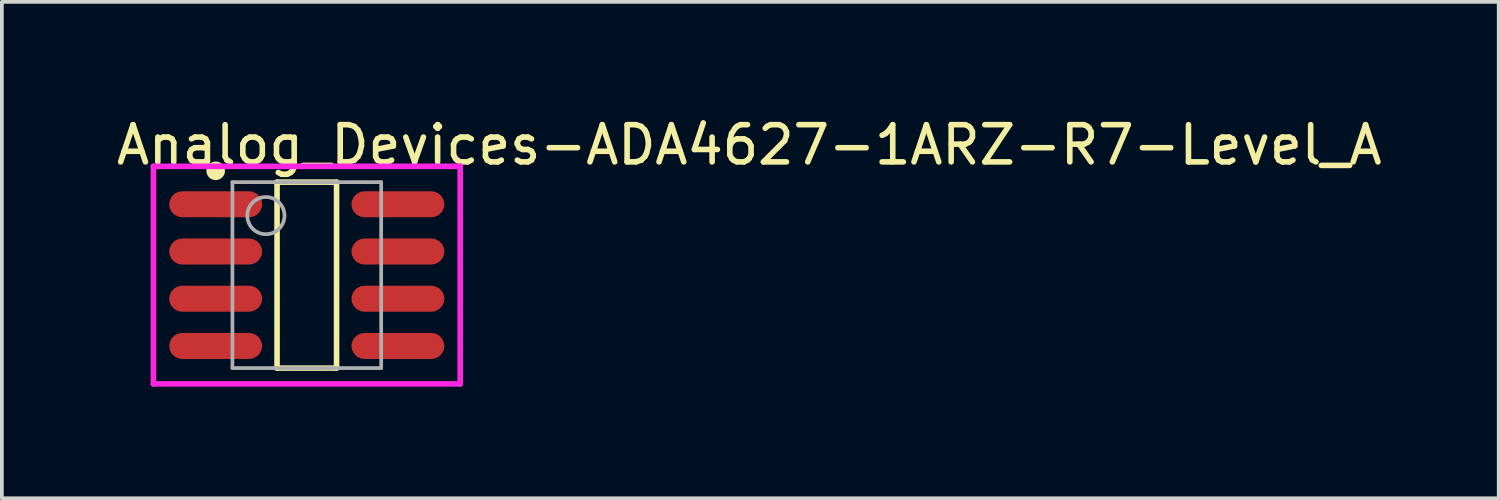
<source format=kicad_pcb>
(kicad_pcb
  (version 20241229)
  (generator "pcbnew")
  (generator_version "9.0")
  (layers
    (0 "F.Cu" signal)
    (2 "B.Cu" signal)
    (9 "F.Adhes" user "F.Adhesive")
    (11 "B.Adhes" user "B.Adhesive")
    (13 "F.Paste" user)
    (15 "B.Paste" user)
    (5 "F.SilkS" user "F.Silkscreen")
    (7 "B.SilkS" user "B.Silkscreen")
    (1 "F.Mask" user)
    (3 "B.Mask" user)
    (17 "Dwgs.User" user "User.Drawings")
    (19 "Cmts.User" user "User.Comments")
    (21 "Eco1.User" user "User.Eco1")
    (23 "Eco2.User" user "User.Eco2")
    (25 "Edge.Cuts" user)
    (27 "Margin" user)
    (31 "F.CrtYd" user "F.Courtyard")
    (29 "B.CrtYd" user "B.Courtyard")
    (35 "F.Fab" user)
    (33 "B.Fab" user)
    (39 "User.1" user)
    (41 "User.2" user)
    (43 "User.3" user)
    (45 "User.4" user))
  (footprint "Analog_Devices-ADA4627-1ARZ-R7-Level_A"
    (layer "F.Cu")
    (at 5.2 4.348)
    (property "Reference" "Analog_Devices-ADA4627-1ARZ-R7-Level_A" (at -5.2 -3.5 0) (layer "F.SilkS") (effects (font (size 1 1) (thickness 0.15)) (justify left)))
    (attr through_hole)
    (fp_line (start -0.8 -2.5) (end 0.8 -2.5) (stroke (width 0.15) (type solid)) (layer "F.SilkS"))
    (fp_line (start -0.8 2.5) (end -0.8 -2.5) (stroke (width 0.15) (type solid)) (layer "F.SilkS"))
    (fp_line (start -0.8 2.5) (end 0.8 2.5) (stroke (width 0.15) (type solid)) (layer "F.SilkS"))
    (fp_line (start 0.8 2.5) (end 0.8 -2.5) (stroke (width 0.15) (type solid)) (layer "F.SilkS"))
    (fp_circle (center -2.45 -2.805) (end -2.325 -2.805) (stroke (width 0.25) (type solid)) (fill no) (layer "F.SilkS"))
    (fp_line (start -4.125 -2.925) (end -4.125 2.925) (stroke (width 0.15) (type solid)) (layer "F.CrtYd"))
    (fp_line (start -4.125 2.925) (end 4.125 2.925) (stroke (width 0.15) (type solid)) (layer "F.CrtYd"))
    (fp_line (start 4.125 -2.925) (end -4.125 -2.925) (stroke (width 0.15) (type solid)) (layer "F.CrtYd"))
    (fp_line (start 4.125 -2.925) (end 4.125 -2.925) (stroke (width 0.15) (type solid)) (layer "F.CrtYd"))
    (fp_line (start 4.125 2.925) (end 4.125 -2.925) (stroke (width 0.15) (type solid)) (layer "F.CrtYd"))
    (fp_line (start -2 -2.5) (end 2 -2.5) (stroke (width 0.1) (type solid)) (layer "F.Fab"))
    (fp_line (start -2 2.5) (end -2 -2.5) (stroke (width 0.1) (type solid)) (layer "F.Fab"))
    (fp_line (start -2 2.5) (end 2 2.5) (stroke (width 0.1) (type solid)) (layer "F.Fab"))
    (fp_line (start 2 2.5) (end 2 -2.5) (stroke (width 0.1) (type solid)) (layer "F.Fab"))
    (fp_circle (center -1.1 -1.6) (end -0.6 -1.6) (stroke (width 0.1) (type solid)) (fill no) (layer "F.Fab"))
    (pad "1" smd roundrect (at -2.45 -1.905 270) (size 0.7 2.5) (layers "F.Cu" "F.Mask" "F.Paste") (roundrect_rratio 0.5))
    (pad "2" smd roundrect (at -2.45 -0.635 270) (size 0.7 2.5) (layers "F.Cu" "F.Mask" "F.Paste") (roundrect_rratio 0.5))
    (pad "3" smd roundrect (at -2.45 0.635 270) (size 0.7 2.5) (layers "F.Cu" "F.Mask" "F.Paste") (roundrect_rratio 0.5))
    (pad "4" smd roundrect (at -2.45 1.905 270) (size 0.7 2.5) (layers "F.Cu" "F.Mask" "F.Paste") (roundrect_rratio 0.5))
    (pad "5" smd roundrect (at 2.45 1.905 270) (size 0.7 2.5) (layers "F.Cu" "F.Mask" "F.Paste") (roundrect_rratio 0.5))
    (pad "6" smd roundrect (at 2.45 0.635 270) (size 0.7 2.5) (layers "F.Cu" "F.Mask" "F.Paste") (roundrect_rratio 0.5))
    (pad "7" smd roundrect (at 2.45 -0.635 270) (size 0.7 2.5) (layers "F.Cu" "F.Mask" "F.Paste") (roundrect_rratio 0.5))
    (pad "8" smd roundrect (at 2.45 -1.905 270) (size 0.7 2.5) (layers "F.Cu" "F.Mask" "F.Paste") (roundrect_rratio 0.5)))
  (gr_rect
    (start -3 -3)
    (end 37.25 10.348)
    (stroke (width 0.1) (type default))
    (fill no)
    (layer "Edge.Cuts")))
</source>
